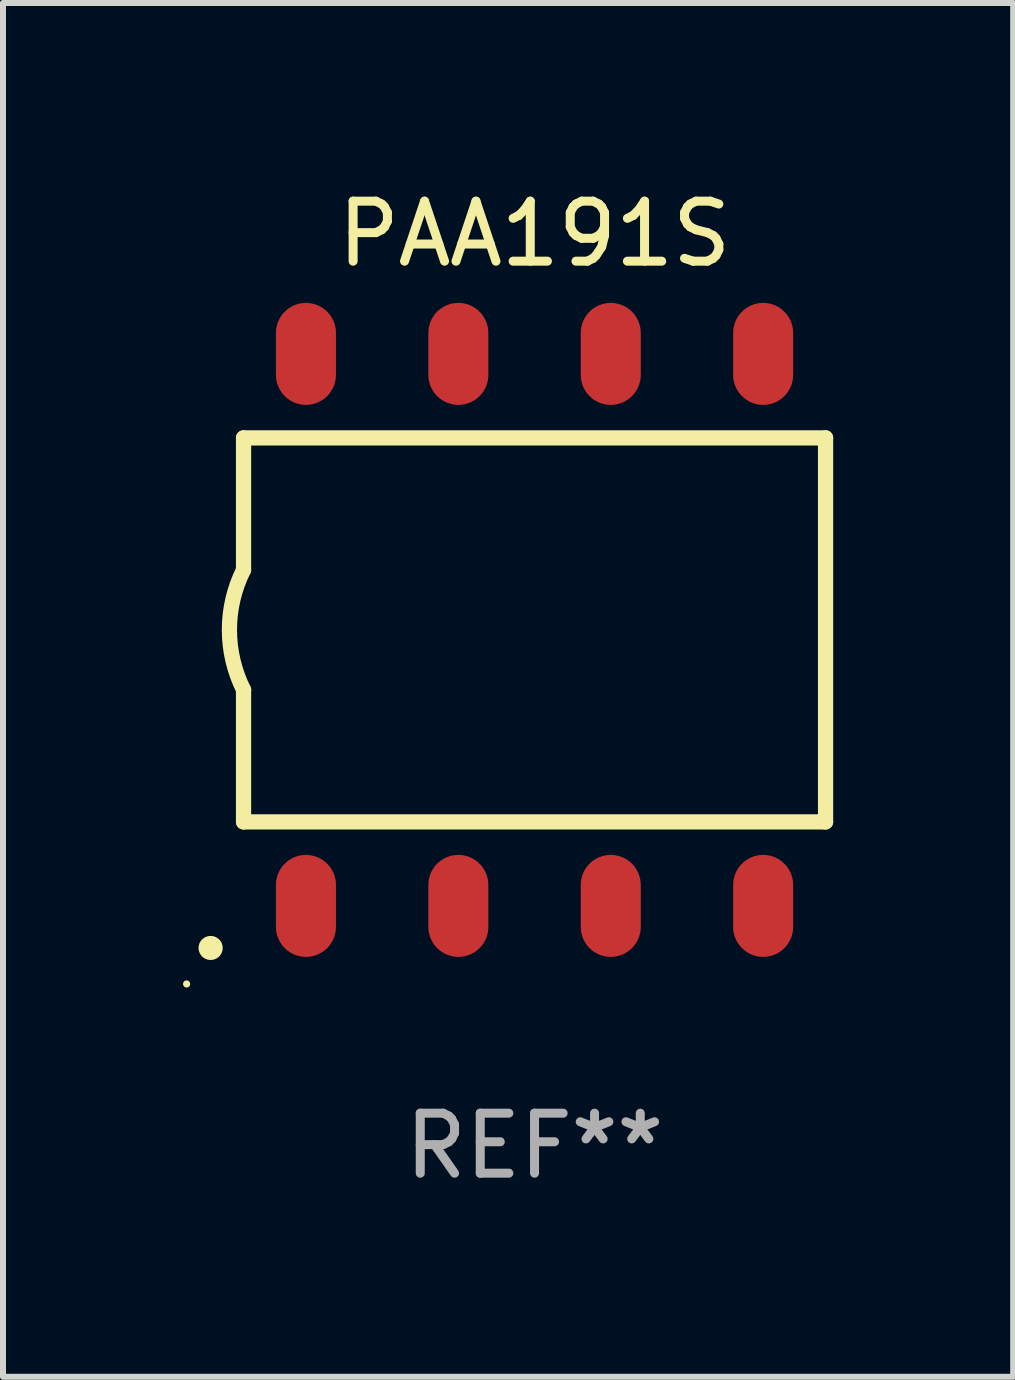
<source format=kicad_pcb>
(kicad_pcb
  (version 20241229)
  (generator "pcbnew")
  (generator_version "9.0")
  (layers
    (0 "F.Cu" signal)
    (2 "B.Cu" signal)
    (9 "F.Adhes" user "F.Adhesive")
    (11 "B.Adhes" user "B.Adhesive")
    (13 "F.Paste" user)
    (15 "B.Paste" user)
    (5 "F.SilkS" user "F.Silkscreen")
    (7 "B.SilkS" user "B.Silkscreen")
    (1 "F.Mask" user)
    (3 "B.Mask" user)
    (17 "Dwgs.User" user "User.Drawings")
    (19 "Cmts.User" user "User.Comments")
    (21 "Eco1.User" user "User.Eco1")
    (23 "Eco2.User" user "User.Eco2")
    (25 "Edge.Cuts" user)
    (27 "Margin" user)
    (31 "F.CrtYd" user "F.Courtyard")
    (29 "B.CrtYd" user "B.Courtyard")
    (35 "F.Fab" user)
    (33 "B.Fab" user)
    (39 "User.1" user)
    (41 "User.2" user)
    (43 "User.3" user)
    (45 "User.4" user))
  (footprint "PAA191S"
    (layer "F.Cu")
    (at 5.859 7.448)
    (property "Reference" "PAA191S" (at 0 -6.6 0) (layer "F.SilkS") (effects (font (size 1 1) (thickness 0.15))))
    (attr through_hole)
    (fp_line (start -4.85 -3.2) (end -4.85 -1) (stroke (width 0.254) (type solid)) (layer "F.SilkS"))
    (fp_line (start -4.85 -3.2) (end 4.85 -3.2) (stroke (width 0.254) (type solid)) (layer "F.SilkS"))
    (fp_line (start -4.85 3.2) (end -4.85 1) (stroke (width 0.254) (type solid)) (layer "F.SilkS"))
    (fp_line (start 4.85 -3.2) (end 4.85 3.2) (stroke (width 0.254) (type solid)) (layer "F.SilkS"))
    (fp_line (start 4.85 3.2) (end -4.85 3.2) (stroke (width 0.254) (type solid)) (layer "F.SilkS"))
    (fp_arc (start -5.400051 5.300991) (mid -5.398781 5.300987) (end -5.397511 5.300991) (stroke (width 0.4) (type solid)) (layer "F.SilkS"))
    (fp_arc (start -4.84887 1.000762) (mid -5.085418 0.000516) (end -4.850013 -1) (stroke (width 0.254001) (type solid)) (layer "F.SilkS"))
    (fp_circle (center -5.799 5.901) (end -5.769 5.901) (stroke (width 0.06) (type solid)) (fill no) (layer "F.SilkS"))
    (fp_text user "REF**" (at 0 8.6 0) (layer "F.Fab") (effects (font (size 1 1) (thickness 0.15))))
    (pad "1" smd oval (at -3.81 4.6) (size 1 1.7) (layers "F.Cu" "F.Mask" "F.Paste"))
    (pad "2" smd oval (at -1.27 4.6) (size 1 1.7) (layers "F.Cu" "F.Mask" "F.Paste"))
    (pad "3" smd oval (at 1.27 4.6) (size 1 1.7) (layers "F.Cu" "F.Mask" "F.Paste"))
    (pad "4" smd oval (at 3.81 4.6) (size 1 1.7) (layers "F.Cu" "F.Mask" "F.Paste"))
    (pad "5" smd oval (at 3.81 -4.6 180) (size 1 1.7) (layers "F.Cu" "F.Mask" "F.Paste"))
    (pad "6" smd oval (at 1.27 -4.6 180) (size 1 1.7) (layers "F.Cu" "F.Mask" "F.Paste"))
    (pad "7" smd oval (at -1.27 -4.6 180) (size 1 1.7) (layers "F.Cu" "F.Mask" "F.Paste"))
    (pad "8" smd oval (at -3.81 -4.6 180) (size 1 1.7) (layers "F.Cu" "F.Mask" "F.Paste")))
  (gr_rect
    (start -3 -3)
    (end 13.836 19.896)
    (stroke (width 0.1) (type default))
    (fill no)
    (layer "Edge.Cuts")))
</source>
